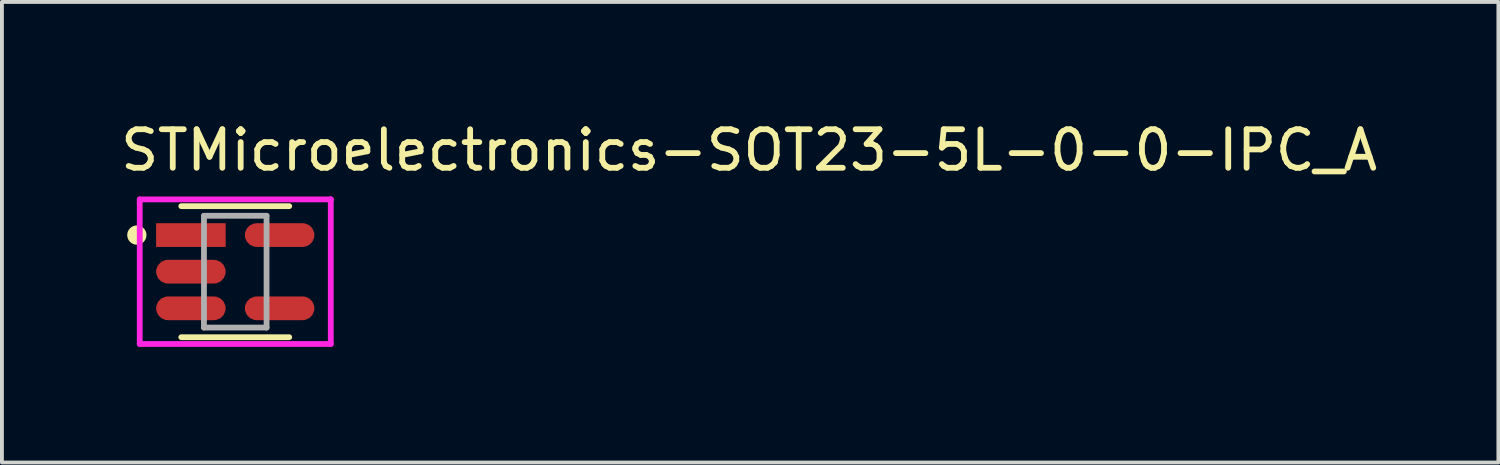
<source format=kicad_pcb>
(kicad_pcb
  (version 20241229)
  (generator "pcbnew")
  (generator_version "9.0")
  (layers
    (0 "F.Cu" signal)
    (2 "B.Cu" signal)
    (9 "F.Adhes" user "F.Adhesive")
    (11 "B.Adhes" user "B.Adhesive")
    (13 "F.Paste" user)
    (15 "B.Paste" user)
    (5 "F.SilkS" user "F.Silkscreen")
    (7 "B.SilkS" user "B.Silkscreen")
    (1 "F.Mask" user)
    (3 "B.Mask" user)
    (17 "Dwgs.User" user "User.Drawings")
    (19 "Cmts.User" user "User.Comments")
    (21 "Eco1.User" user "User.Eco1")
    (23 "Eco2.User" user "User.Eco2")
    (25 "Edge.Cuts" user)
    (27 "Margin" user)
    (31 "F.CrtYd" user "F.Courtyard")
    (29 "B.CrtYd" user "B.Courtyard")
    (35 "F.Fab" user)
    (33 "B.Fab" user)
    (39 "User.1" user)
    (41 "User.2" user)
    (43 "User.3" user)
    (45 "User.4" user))
  (footprint "STMicroelectronics-SOT23-5L-0-0-IPC_A"
    (layer "F.Cu")
    (at 3.053 3.998)
    (property "Reference" "STMicroelectronics-SOT23-5L-0-0-IPC_A" (at -3.053 -3.15 0) (layer "F.SilkS") (effects (font (size 1 1) (thickness 0.15)) (justify left)))
    (attr through_hole)
    (fp_line (start -1.4 -1.7) (end 1.4 -1.7) (stroke (width 0.15) (type solid)) (layer "F.SilkS"))
    (fp_line (start -1.4 1.7) (end 1.4 1.7) (stroke (width 0.15) (type solid)) (layer "F.SilkS"))
    (fp_circle (center -2.553 -0.95) (end -2.428 -0.95) (stroke (width 0.25) (type solid)) (fill no) (layer "F.SilkS"))
    (fp_line (start -2.478 -1.875) (end -2.478 1.875) (stroke (width 0.15) (type solid)) (layer "F.CrtYd"))
    (fp_line (start -2.478 1.875) (end 2.478 1.875) (stroke (width 0.15) (type solid)) (layer "F.CrtYd"))
    (fp_line (start 2.478 -1.875) (end -2.478 -1.875) (stroke (width 0.15) (type solid)) (layer "F.CrtYd"))
    (fp_line (start 2.478 -1.875) (end 2.478 -1.875) (stroke (width 0.15) (type solid)) (layer "F.CrtYd"))
    (fp_line (start 2.478 1.875) (end 2.478 -1.875) (stroke (width 0.15) (type solid)) (layer "F.CrtYd"))
    (fp_line (start -0.812 -1.45) (end 0.812 -1.45) (stroke (width 0.15) (type solid)) (layer "F.Fab"))
    (fp_line (start -0.812 1.45) (end -0.812 -1.45) (stroke (width 0.15) (type solid)) (layer "F.Fab"))
    (fp_line (start 0.812 -1.45) (end 0.812 1.45) (stroke (width 0.15) (type solid)) (layer "F.Fab"))
    (fp_line (start 0.812 1.45) (end -0.812 1.45) (stroke (width 0.15) (type solid)) (layer "F.Fab"))
    (pad "1" smd rect (at -1.151 -0.95) (size 1.805 0.616) (layers "F.Cu" "F.Mask" "F.Paste"))
    (pad "2" smd roundrect (at -1.151 0.000001) (size 1.805 0.616) (layers "F.Cu" "F.Mask" "F.Paste") (roundrect_rratio 0.5))
    (pad "3" smd roundrect (at -1.151 0.95) (size 1.805 0.616) (layers "F.Cu" "F.Mask" "F.Paste") (roundrect_rratio 0.5))
    (pad "4" smd roundrect (at 1.151 0.95) (size 1.805 0.616) (layers "F.Cu" "F.Mask" "F.Paste") (roundrect_rratio 0.5))
    (pad "5" smd roundrect (at 1.151 -0.95) (size 1.805 0.616) (layers "F.Cu" "F.Mask" "F.Paste") (roundrect_rratio 0.5)))
  (gr_rect
    (start -3 -3)
    (end 35.821 8.948)
    (stroke (width 0.1) (type default))
    (fill no)
    (layer "Edge.Cuts")))
</source>
